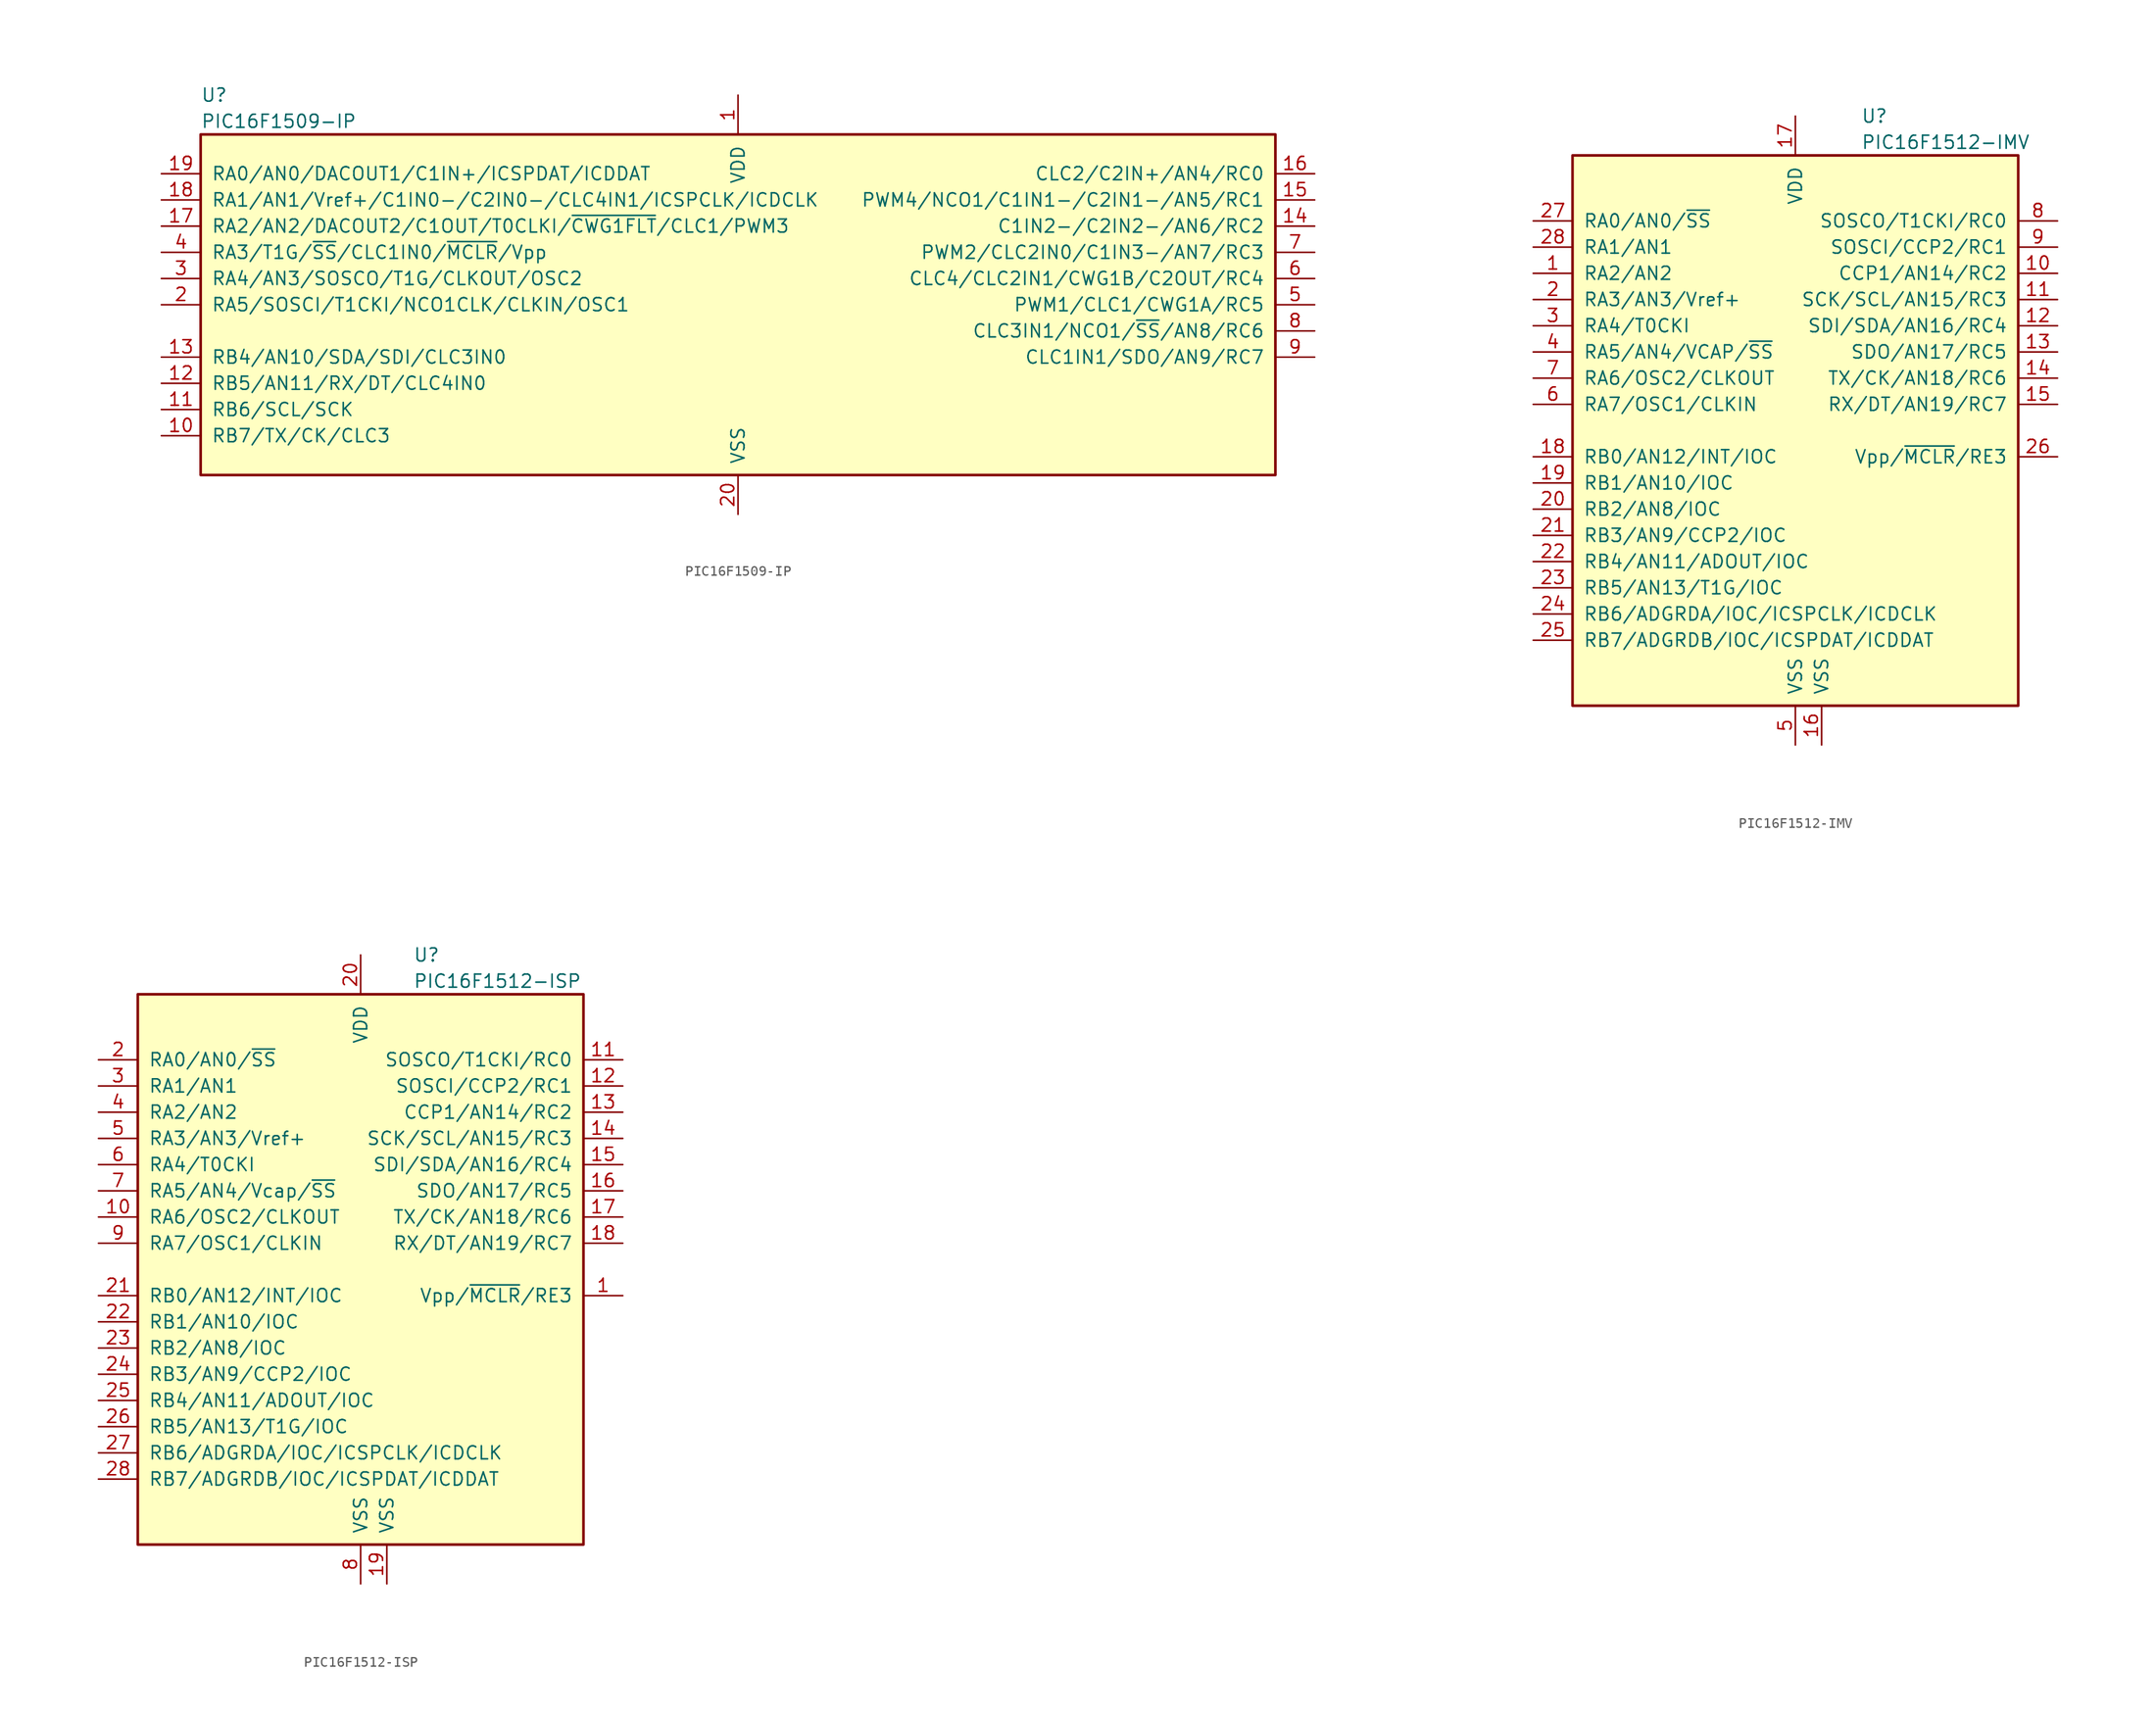
<source format=kicad_sym>
(kicad_symbol_lib
  (version 20220914)
  (generator kicad_symbol_editor)
  (symbol "PIC16F1509-IP"
    (pin_names
      (offset 1.016))
    (property "Reference" "U"
      (at -52.07 20.32 0)
      (effects (font (size 1.27 1.27)) (justify left)))
    (property "Value" "PIC16F1509-IP"
      (at -52.07 17.78 0)
      (effects (font (size 1.27 1.27)) (justify left)))
    (symbol "PIC16F1509-IP_0_1"
      (rectangle (start -52.07 16.51) (end 52.07 -16.51) (stroke (width 0.254) (type default)) (fill (type background))))
    (symbol "PIC16F1509-IP_1_1"
      (pin power_in line (at 0 20.32 270) (length 3.81) (name "VDD" (effects (font (size 1.27 1.27)))) (number "1" (effects (font (size 1.27 1.27)))))
      (pin bidirectional line (at -55.88 -12.7 0) (length 3.81) (name "RB7/TX/CK/CLC3" (effects (font (size 1.27 1.27)))) (number "10" (effects (font (size 1.27 1.27)))))
      (pin bidirectional line (at -55.88 -10.16 0) (length 3.81) (name "RB6/SCL/SCK" (effects (font (size 1.27 1.27)))) (number "11" (effects (font (size 1.27 1.27)))))
      (pin bidirectional line (at -55.88 -7.62 0) (length 3.81) (name "RB5/AN11/RX/DT/CLC4IN0" (effects (font (size 1.27 1.27)))) (number "12" (effects (font (size 1.27 1.27)))))
      (pin bidirectional line (at -55.88 -5.08 0) (length 3.81) (name "RB4/AN10/SDA/SDI/CLC3IN0" (effects (font (size 1.27 1.27)))) (number "13" (effects (font (size 1.27 1.27)))))
      (pin bidirectional line (at 55.88 7.62 180) (length 3.81) (name "C1IN2-/C2IN2-/AN6/RC2" (effects (font (size 1.27 1.27)))) (number "14" (effects (font (size 1.27 1.27)))))
      (pin bidirectional line (at 55.88 10.16 180) (length 3.81) (name "PWM4/NCO1/C1IN1-/C2IN1-/AN5/RC1" (effects (font (size 1.27 1.27)))) (number "15" (effects (font (size 1.27 1.27)))))
      (pin bidirectional line (at 55.88 12.7 180) (length 3.81) (name "CLC2/C2IN+/AN4/RC0" (effects (font (size 1.27 1.27)))) (number "16" (effects (font (size 1.27 1.27)))))
      (pin bidirectional line (at -55.88 7.62 0) (length 3.81) (name "RA2/AN2/DACOUT2/C1OUT/T0CLKI/~{CWG1FLT}/CLC1/PWM3" (effects (font (size 1.27 1.27)))) (number "17" (effects (font (size 1.27 1.27)))))
      (pin bidirectional line (at -55.88 10.16 0) (length 3.81) (name "RA1/AN1/Vref+/C1IN0-/C2IN0-/CLC4IN1/ICSPCLK/ICDCLK" (effects (font (size 1.27 1.27)))) (number "18" (effects (font (size 1.27 1.27)))))
      (pin bidirectional line (at -55.88 12.7 0) (length 3.81) (name "RA0/AN0/DACOUT1/C1IN+/ICSPDAT/ICDDAT" (effects (font (size 1.27 1.27)))) (number "19" (effects (font (size 1.27 1.27)))))
      (pin bidirectional line (at -55.88 0 0) (length 3.81) (name "RA5/SOSCI/T1CKI/NCO1CLK/CLKIN/OSC1" (effects (font (size 1.27 1.27)))) (number "2" (effects (font (size 1.27 1.27)))))
      (pin power_in line (at 0 -20.32 90) (length 3.81) (name "VSS" (effects (font (size 1.27 1.27)))) (number "20" (effects (font (size 1.27 1.27)))))
      (pin bidirectional line (at -55.88 2.54 0) (length 3.81) (name "RA4/AN3/SOSCO/T1G/CLKOUT/OSC2" (effects (font (size 1.27 1.27)))) (number "3" (effects (font (size 1.27 1.27)))))
      (pin input line (at -55.88 5.08 0) (length 3.81) (name "RA3/T1G/~{SS}/CLC1IN0/~{MCLR}/Vpp" (effects (font (size 1.27 1.27)))) (number "4" (effects (font (size 1.27 1.27)))))
      (pin bidirectional line (at 55.88 0 180) (length 3.81) (name "PWM1/CLC1/CWG1A/RC5" (effects (font (size 1.27 1.27)))) (number "5" (effects (font (size 1.27 1.27)))))
      (pin bidirectional line (at 55.88 2.54 180) (length 3.81) (name "CLC4/CLC2IN1/CWG1B/C2OUT/RC4" (effects (font (size 1.27 1.27)))) (number "6" (effects (font (size 1.27 1.27)))))
      (pin bidirectional line (at 55.88 5.08 180) (length 3.81) (name "PWM2/CLC2IN0/C1IN3-/AN7/RC3" (effects (font (size 1.27 1.27)))) (number "7" (effects (font (size 1.27 1.27)))))
      (pin bidirectional line (at 55.88 -2.54 180) (length 3.81) (name "CLC3IN1/NCO1/~{SS}/AN8/RC6" (effects (font (size 1.27 1.27)))) (number "8" (effects (font (size 1.27 1.27)))))
      (pin bidirectional line (at 55.88 -5.08 180) (length 3.81) (name "CLC1IN1/SDO/AN9/RC7" (effects (font (size 1.27 1.27)))) (number "9" (effects (font (size 1.27 1.27)))))))
  (symbol "PIC16F1512-IMV"
    (pin_names
      (offset 1.016))
    (property "Reference" "U"
      (at 6.35 30.48 0)
      (effects (font (size 1.27 1.27)) (justify left)))
    (property "Value" "PIC16F1512-IMV"
      (at 6.35 27.94 0)
      (effects (font (size 1.27 1.27)) (justify left)))
    (symbol "PIC16F1512-IMV_0_1"
      (rectangle (start -21.59 26.67) (end 21.59 -26.67) (stroke (width 0.254) (type default)) (fill (type background))))
    (symbol "PIC16F1512-IMV_1_1"
      (pin bidirectional line (at -25.4 15.24 0) (length 3.81) (name "RA2/AN2" (effects (font (size 1.27 1.27)))) (number "1" (effects (font (size 1.27 1.27)))))
      (pin bidirectional line (at 25.4 15.24 180) (length 3.81) (name "CCP1/AN14/RC2" (effects (font (size 1.27 1.27)))) (number "10" (effects (font (size 1.27 1.27)))))
      (pin bidirectional line (at 25.4 12.7 180) (length 3.81) (name "SCK/SCL/AN15/RC3" (effects (font (size 1.27 1.27)))) (number "11" (effects (font (size 1.27 1.27)))))
      (pin bidirectional line (at 25.4 10.16 180) (length 3.81) (name "SDI/SDA/AN16/RC4" (effects (font (size 1.27 1.27)))) (number "12" (effects (font (size 1.27 1.27)))))
      (pin bidirectional line (at 25.4 7.62 180) (length 3.81) (name "SDO/AN17/RC5" (effects (font (size 1.27 1.27)))) (number "13" (effects (font (size 1.27 1.27)))))
      (pin bidirectional line (at 25.4 5.08 180) (length 3.81) (name "TX/CK/AN18/RC6" (effects (font (size 1.27 1.27)))) (number "14" (effects (font (size 1.27 1.27)))))
      (pin bidirectional line (at 25.4 2.54 180) (length 3.81) (name "RX/DT/AN19/RC7" (effects (font (size 1.27 1.27)))) (number "15" (effects (font (size 1.27 1.27)))))
      (pin power_in line (at 2.54 -30.48 90) (length 3.81) (name "VSS" (effects (font (size 1.27 1.27)))) (number "16" (effects (font (size 1.27 1.27)))))
      (pin power_in line (at 0 30.48 270) (length 3.81) (name "VDD" (effects (font (size 1.27 1.27)))) (number "17" (effects (font (size 1.27 1.27)))))
      (pin bidirectional line (at -25.4 -2.54 0) (length 3.81) (name "RB0/AN12/INT/IOC" (effects (font (size 1.27 1.27)))) (number "18" (effects (font (size 1.27 1.27)))))
      (pin bidirectional line (at -25.4 -5.08 0) (length 3.81) (name "RB1/AN10/IOC" (effects (font (size 1.27 1.27)))) (number "19" (effects (font (size 1.27 1.27)))))
      (pin bidirectional line (at -25.4 12.7 0) (length 3.81) (name "RA3/AN3/Vref+" (effects (font (size 1.27 1.27)))) (number "2" (effects (font (size 1.27 1.27)))))
      (pin bidirectional line (at -25.4 -7.62 0) (length 3.81) (name "RB2/AN8/IOC" (effects (font (size 1.27 1.27)))) (number "20" (effects (font (size 1.27 1.27)))))
      (pin bidirectional line (at -25.4 -10.16 0) (length 3.81) (name "RB3/AN9/CCP2/IOC" (effects (font (size 1.27 1.27)))) (number "21" (effects (font (size 1.27 1.27)))))
      (pin bidirectional line (at -25.4 -12.7 0) (length 3.81) (name "RB4/AN11/ADOUT/IOC" (effects (font (size 1.27 1.27)))) (number "22" (effects (font (size 1.27 1.27)))))
      (pin bidirectional line (at -25.4 -15.24 0) (length 3.81) (name "RB5/AN13/T1G/IOC" (effects (font (size 1.27 1.27)))) (number "23" (effects (font (size 1.27 1.27)))))
      (pin bidirectional line (at -25.4 -17.78 0) (length 3.81) (name "RB6/ADGRDA/IOC/ICSPCLK/ICDCLK" (effects (font (size 1.27 1.27)))) (number "24" (effects (font (size 1.27 1.27)))))
      (pin bidirectional line (at -25.4 -20.32 0) (length 3.81) (name "RB7/ADGRDB/IOC/ICSPDAT/ICDDAT" (effects (font (size 1.27 1.27)))) (number "25" (effects (font (size 1.27 1.27)))))
      (pin input line (at 25.4 -2.54 180) (length 3.81) (name "Vpp/~{MCLR}/RE3" (effects (font (size 1.27 1.27)))) (number "26" (effects (font (size 1.27 1.27)))))
      (pin bidirectional line (at -25.4 20.32 0) (length 3.81) (name "RA0/AN0/~{SS}" (effects (font (size 1.27 1.27)))) (number "27" (effects (font (size 1.27 1.27)))))
      (pin bidirectional line (at -25.4 17.78 0) (length 3.81) (name "RA1/AN1" (effects (font (size 1.27 1.27)))) (number "28" (effects (font (size 1.27 1.27)))))
      (pin bidirectional line (at -25.4 10.16 0) (length 3.81) (name "RA4/T0CKI" (effects (font (size 1.27 1.27)))) (number "3" (effects (font (size 1.27 1.27)))))
      (pin bidirectional line (at -25.4 7.62 0) (length 3.81) (name "RA5/AN4/VCAP/~{SS}" (effects (font (size 1.27 1.27)))) (number "4" (effects (font (size 1.27 1.27)))))
      (pin power_in line (at 0 -30.48 90) (length 3.81) (name "VSS" (effects (font (size 1.27 1.27)))) (number "5" (effects (font (size 1.27 1.27)))))
      (pin bidirectional line (at -25.4 2.54 0) (length 3.81) (name "RA7/OSC1/CLKIN" (effects (font (size 1.27 1.27)))) (number "6" (effects (font (size 1.27 1.27)))))
      (pin bidirectional line (at -25.4 5.08 0) (length 3.81) (name "RA6/OSC2/CLKOUT" (effects (font (size 1.27 1.27)))) (number "7" (effects (font (size 1.27 1.27)))))
      (pin bidirectional line (at 25.4 20.32 180) (length 3.81) (name "SOSCO/T1CKI/RC0" (effects (font (size 1.27 1.27)))) (number "8" (effects (font (size 1.27 1.27)))))
      (pin bidirectional line (at 25.4 17.78 180) (length 3.81) (name "SOSCI/CCP2/RC1" (effects (font (size 1.27 1.27)))) (number "9" (effects (font (size 1.27 1.27)))))))
  (symbol "PIC16F1512-ISP"
    (pin_names
      (offset 1.016))
    (property "Reference" "U"
      (at 5.08 30.48 0)
      (effects (font (size 1.27 1.27)) (justify left)))
    (property "Value" "PIC16F1512-ISP"
      (at 5.08 27.94 0)
      (effects (font (size 1.27 1.27)) (justify left)))
    (symbol "PIC16F1512-ISP_0_1"
      (rectangle (start -21.59 26.67) (end 21.59 -26.67) (stroke (width 0.254) (type default)) (fill (type background))))
    (symbol "PIC16F1512-ISP_1_1"
      (pin input line (at 25.4 -2.54 180) (length 3.81) (name "Vpp/~{MCLR}/RE3" (effects (font (size 1.27 1.27)))) (number "1" (effects (font (size 1.27 1.27)))))
      (pin bidirectional line (at -25.4 5.08 0) (length 3.81) (name "RA6/OSC2/CLKOUT" (effects (font (size 1.27 1.27)))) (number "10" (effects (font (size 1.27 1.27)))))
      (pin bidirectional line (at 25.4 20.32 180) (length 3.81) (name "SOSCO/T1CKI/RC0" (effects (font (size 1.27 1.27)))) (number "11" (effects (font (size 1.27 1.27)))))
      (pin bidirectional line (at 25.4 17.78 180) (length 3.81) (name "SOSCI/CCP2/RC1" (effects (font (size 1.27 1.27)))) (number "12" (effects (font (size 1.27 1.27)))))
      (pin bidirectional line (at 25.4 15.24 180) (length 3.81) (name "CCP1/AN14/RC2" (effects (font (size 1.27 1.27)))) (number "13" (effects (font (size 1.27 1.27)))))
      (pin bidirectional line (at 25.4 12.7 180) (length 3.81) (name "SCK/SCL/AN15/RC3" (effects (font (size 1.27 1.27)))) (number "14" (effects (font (size 1.27 1.27)))))
      (pin bidirectional line (at 25.4 10.16 180) (length 3.81) (name "SDI/SDA/AN16/RC4" (effects (font (size 1.27 1.27)))) (number "15" (effects (font (size 1.27 1.27)))))
      (pin bidirectional line (at 25.4 7.62 180) (length 3.81) (name "SDO/AN17/RC5" (effects (font (size 1.27 1.27)))) (number "16" (effects (font (size 1.27 1.27)))))
      (pin bidirectional line (at 25.4 5.08 180) (length 3.81) (name "TX/CK/AN18/RC6" (effects (font (size 1.27 1.27)))) (number "17" (effects (font (size 1.27 1.27)))))
      (pin bidirectional line (at 25.4 2.54 180) (length 3.81) (name "RX/DT/AN19/RC7" (effects (font (size 1.27 1.27)))) (number "18" (effects (font (size 1.27 1.27)))))
      (pin power_in line (at 2.54 -30.48 90) (length 3.81) (name "VSS" (effects (font (size 1.27 1.27)))) (number "19" (effects (font (size 1.27 1.27)))))
      (pin bidirectional line (at -25.4 20.32 0) (length 3.81) (name "RA0/AN0/~{SS}" (effects (font (size 1.27 1.27)))) (number "2" (effects (font (size 1.27 1.27)))))
      (pin power_in line (at 0 30.48 270) (length 3.81) (name "VDD" (effects (font (size 1.27 1.27)))) (number "20" (effects (font (size 1.27 1.27)))))
      (pin bidirectional line (at -25.4 -2.54 0) (length 3.81) (name "RB0/AN12/INT/IOC" (effects (font (size 1.27 1.27)))) (number "21" (effects (font (size 1.27 1.27)))))
      (pin bidirectional line (at -25.4 -5.08 0) (length 3.81) (name "RB1/AN10/IOC" (effects (font (size 1.27 1.27)))) (number "22" (effects (font (size 1.27 1.27)))))
      (pin bidirectional line (at -25.4 -7.62 0) (length 3.81) (name "RB2/AN8/IOC" (effects (font (size 1.27 1.27)))) (number "23" (effects (font (size 1.27 1.27)))))
      (pin bidirectional line (at -25.4 -10.16 0) (length 3.81) (name "RB3/AN9/CCP2/IOC" (effects (font (size 1.27 1.27)))) (number "24" (effects (font (size 1.27 1.27)))))
      (pin bidirectional line (at -25.4 -12.7 0) (length 3.81) (name "RB4/AN11/ADOUT/IOC" (effects (font (size 1.27 1.27)))) (number "25" (effects (font (size 1.27 1.27)))))
      (pin bidirectional line (at -25.4 -15.24 0) (length 3.81) (name "RB5/AN13/T1G/IOC" (effects (font (size 1.27 1.27)))) (number "26" (effects (font (size 1.27 1.27)))))
      (pin bidirectional line (at -25.4 -17.78 0) (length 3.81) (name "RB6/ADGRDA/IOC/ICSPCLK/ICDCLK" (effects (font (size 1.27 1.27)))) (number "27" (effects (font (size 1.27 1.27)))))
      (pin bidirectional line (at -25.4 -20.32 0) (length 3.81) (name "RB7/ADGRDB/IOC/ICSPDAT/ICDDAT" (effects (font (size 1.27 1.27)))) (number "28" (effects (font (size 1.27 1.27)))))
      (pin bidirectional line (at -25.4 17.78 0) (length 3.81) (name "RA1/AN1" (effects (font (size 1.27 1.27)))) (number "3" (effects (font (size 1.27 1.27)))))
      (pin bidirectional line (at -25.4 15.24 0) (length 3.81) (name "RA2/AN2" (effects (font (size 1.27 1.27)))) (number "4" (effects (font (size 1.27 1.27)))))
      (pin bidirectional line (at -25.4 12.7 0) (length 3.81) (name "RA3/AN3/Vref+" (effects (font (size 1.27 1.27)))) (number "5" (effects (font (size 1.27 1.27)))))
      (pin bidirectional line (at -25.4 10.16 0) (length 3.81) (name "RA4/T0CKI" (effects (font (size 1.27 1.27)))) (number "6" (effects (font (size 1.27 1.27)))))
      (pin bidirectional line (at -25.4 7.62 0) (length 3.81) (name "RA5/AN4/Vcap/~{SS}" (effects (font (size 1.27 1.27)))) (number "7" (effects (font (size 1.27 1.27)))))
      (pin power_in line (at 0 -30.48 90) (length 3.81) (name "VSS" (effects (font (size 1.27 1.27)))) (number "8" (effects (font (size 1.27 1.27)))))
      (pin bidirectional line (at -25.4 2.54 0) (length 3.81) (name "RA7/OSC1/CLKIN" (effects (font (size 1.27 1.27)))) (number "9" (effects (font (size 1.27 1.27))))))))
</source>
